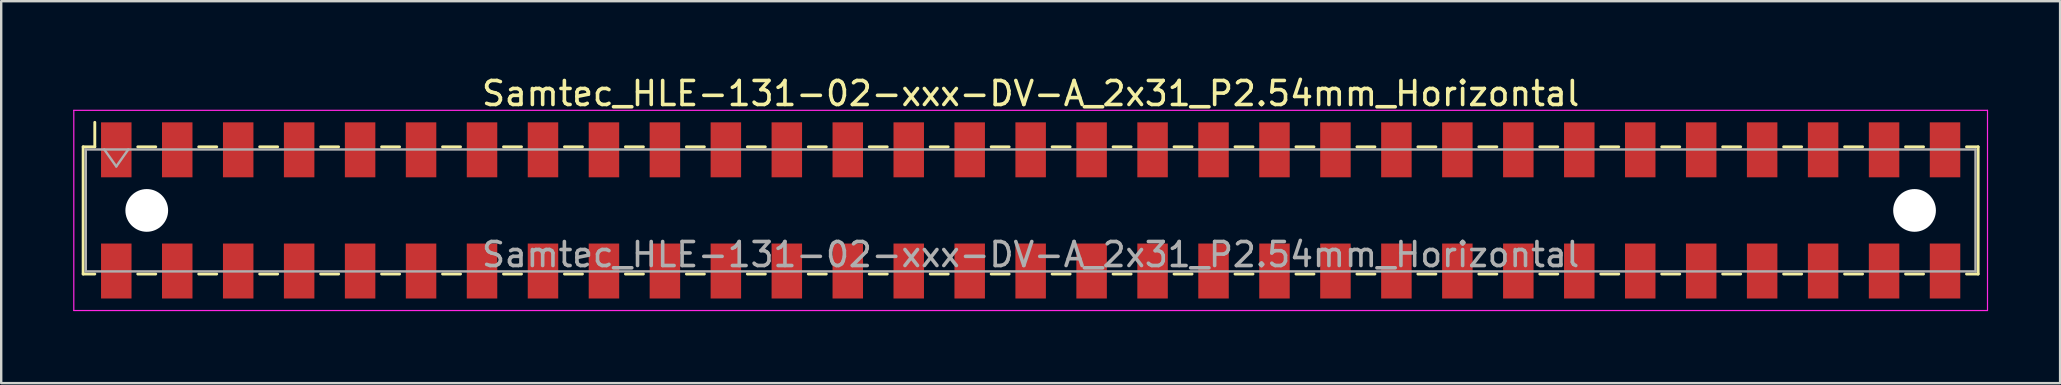
<source format=kicad_pcb>
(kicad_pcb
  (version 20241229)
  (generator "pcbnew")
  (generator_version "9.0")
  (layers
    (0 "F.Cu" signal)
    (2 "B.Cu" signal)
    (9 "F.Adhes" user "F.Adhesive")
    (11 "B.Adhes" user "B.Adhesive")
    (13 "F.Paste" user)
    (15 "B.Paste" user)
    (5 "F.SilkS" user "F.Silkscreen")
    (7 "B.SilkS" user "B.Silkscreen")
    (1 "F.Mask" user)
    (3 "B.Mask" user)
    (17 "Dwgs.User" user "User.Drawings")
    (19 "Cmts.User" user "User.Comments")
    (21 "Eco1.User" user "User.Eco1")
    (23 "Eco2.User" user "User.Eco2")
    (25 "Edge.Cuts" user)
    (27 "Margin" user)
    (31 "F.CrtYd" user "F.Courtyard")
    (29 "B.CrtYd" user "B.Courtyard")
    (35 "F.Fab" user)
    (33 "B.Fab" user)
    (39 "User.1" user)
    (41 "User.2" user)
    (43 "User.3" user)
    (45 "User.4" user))
  (footprint "Samtec_HLE-131-02-xxx-DV-A_2x31_P2.54mm_Horizontal"
    (layer "F.Cu")
    (at 39.895 5.718)
    (property "Reference" "Samtec_HLE-131-02-xxx-DV-A_2x31_P2.54mm_Horizontal" (at 0 -4.87 0) (layer "F.SilkS") (effects (font (size 1 1) (thickness 0.15))))
    (attr smd)
    (fp_line (start -39.48 -2.65) (end -39.48 2.65) (stroke (width 0.12) (type solid)) (layer "F.SilkS"))
    (fp_line (start -39.48 2.65) (end -38.995 2.65) (stroke (width 0.12) (type solid)) (layer "F.SilkS"))
    (fp_line (start -38.995 -3.67) (end -38.995 -2.65) (stroke (width 0.12) (type solid)) (layer "F.SilkS"))
    (fp_line (start -38.995 -2.65) (end -39.48 -2.65) (stroke (width 0.12) (type solid)) (layer "F.SilkS"))
    (fp_line (start -37.205 -2.65) (end -36.455 -2.65) (stroke (width 0.12) (type solid)) (layer "F.SilkS"))
    (fp_line (start -37.205 2.65) (end -36.455 2.65) (stroke (width 0.12) (type solid)) (layer "F.SilkS"))
    (fp_line (start -34.665 -2.65) (end -33.915 -2.65) (stroke (width 0.12) (type solid)) (layer "F.SilkS"))
    (fp_line (start -34.665 2.65) (end -33.915 2.65) (stroke (width 0.12) (type solid)) (layer "F.SilkS"))
    (fp_line (start -32.125 -2.65) (end -31.375 -2.65) (stroke (width 0.12) (type solid)) (layer "F.SilkS"))
    (fp_line (start -32.125 2.65) (end -31.375 2.65) (stroke (width 0.12) (type solid)) (layer "F.SilkS"))
    (fp_line (start -29.585 -2.65) (end -28.835 -2.65) (stroke (width 0.12) (type solid)) (layer "F.SilkS"))
    (fp_line (start -29.585 2.65) (end -28.835 2.65) (stroke (width 0.12) (type solid)) (layer "F.SilkS"))
    (fp_line (start -27.045 -2.65) (end -26.295 -2.65) (stroke (width 0.12) (type solid)) (layer "F.SilkS"))
    (fp_line (start -27.045 2.65) (end -26.295 2.65) (stroke (width 0.12) (type solid)) (layer "F.SilkS"))
    (fp_line (start -24.505 -2.65) (end -23.755 -2.65) (stroke (width 0.12) (type solid)) (layer "F.SilkS"))
    (fp_line (start -24.505 2.65) (end -23.755 2.65) (stroke (width 0.12) (type solid)) (layer "F.SilkS"))
    (fp_line (start -21.965 -2.65) (end -21.215 -2.65) (stroke (width 0.12) (type solid)) (layer "F.SilkS"))
    (fp_line (start -21.965 2.65) (end -21.215 2.65) (stroke (width 0.12) (type solid)) (layer "F.SilkS"))
    (fp_line (start -19.425 -2.65) (end -18.675 -2.65) (stroke (width 0.12) (type solid)) (layer "F.SilkS"))
    (fp_line (start -19.425 2.65) (end -18.675 2.65) (stroke (width 0.12) (type solid)) (layer "F.SilkS"))
    (fp_line (start -16.885 -2.65) (end -16.135 -2.65) (stroke (width 0.12) (type solid)) (layer "F.SilkS"))
    (fp_line (start -16.885 2.65) (end -16.135 2.65) (stroke (width 0.12) (type solid)) (layer "F.SilkS"))
    (fp_line (start -14.345 -2.65) (end -13.595 -2.65) (stroke (width 0.12) (type solid)) (layer "F.SilkS"))
    (fp_line (start -14.345 2.65) (end -13.595 2.65) (stroke (width 0.12) (type solid)) (layer "F.SilkS"))
    (fp_line (start -11.805 -2.65) (end -11.055 -2.65) (stroke (width 0.12) (type solid)) (layer "F.SilkS"))
    (fp_line (start -11.805 2.65) (end -11.055 2.65) (stroke (width 0.12) (type solid)) (layer "F.SilkS"))
    (fp_line (start -9.265 -2.65) (end -8.515 -2.65) (stroke (width 0.12) (type solid)) (layer "F.SilkS"))
    (fp_line (start -9.265 2.65) (end -8.515 2.65) (stroke (width 0.12) (type solid)) (layer "F.SilkS"))
    (fp_line (start -6.725 -2.65) (end -5.975 -2.65) (stroke (width 0.12) (type solid)) (layer "F.SilkS"))
    (fp_line (start -6.725 2.65) (end -5.975 2.65) (stroke (width 0.12) (type solid)) (layer "F.SilkS"))
    (fp_line (start -4.185 -2.65) (end -3.435 -2.65) (stroke (width 0.12) (type solid)) (layer "F.SilkS"))
    (fp_line (start -4.185 2.65) (end -3.435 2.65) (stroke (width 0.12) (type solid)) (layer "F.SilkS"))
    (fp_line (start -1.645 -2.65) (end -0.895 -2.65) (stroke (width 0.12) (type solid)) (layer "F.SilkS"))
    (fp_line (start -1.645 2.65) (end -0.895 2.65) (stroke (width 0.12) (type solid)) (layer "F.SilkS"))
    (fp_line (start 0.895 -2.65) (end 1.645 -2.65) (stroke (width 0.12) (type solid)) (layer "F.SilkS"))
    (fp_line (start 0.895 2.65) (end 1.645 2.65) (stroke (width 0.12) (type solid)) (layer "F.SilkS"))
    (fp_line (start 3.435 -2.65) (end 4.185 -2.65) (stroke (width 0.12) (type solid)) (layer "F.SilkS"))
    (fp_line (start 3.435 2.65) (end 4.185 2.65) (stroke (width 0.12) (type solid)) (layer "F.SilkS"))
    (fp_line (start 5.975 -2.65) (end 6.725 -2.65) (stroke (width 0.12) (type solid)) (layer "F.SilkS"))
    (fp_line (start 5.975 2.65) (end 6.725 2.65) (stroke (width 0.12) (type solid)) (layer "F.SilkS"))
    (fp_line (start 8.515 -2.65) (end 9.265 -2.65) (stroke (width 0.12) (type solid)) (layer "F.SilkS"))
    (fp_line (start 8.515 2.65) (end 9.265 2.65) (stroke (width 0.12) (type solid)) (layer "F.SilkS"))
    (fp_line (start 11.055 -2.65) (end 11.805 -2.65) (stroke (width 0.12) (type solid)) (layer "F.SilkS"))
    (fp_line (start 11.055 2.65) (end 11.805 2.65) (stroke (width 0.12) (type solid)) (layer "F.SilkS"))
    (fp_line (start 13.595 -2.65) (end 14.345 -2.65) (stroke (width 0.12) (type solid)) (layer "F.SilkS"))
    (fp_line (start 13.595 2.65) (end 14.345 2.65) (stroke (width 0.12) (type solid)) (layer "F.SilkS"))
    (fp_line (start 16.135 -2.65) (end 16.885 -2.65) (stroke (width 0.12) (type solid)) (layer "F.SilkS"))
    (fp_line (start 16.135 2.65) (end 16.885 2.65) (stroke (width 0.12) (type solid)) (layer "F.SilkS"))
    (fp_line (start 18.675 -2.65) (end 19.425 -2.65) (stroke (width 0.12) (type solid)) (layer "F.SilkS"))
    (fp_line (start 18.675 2.65) (end 19.425 2.65) (stroke (width 0.12) (type solid)) (layer "F.SilkS"))
    (fp_line (start 21.215 -2.65) (end 21.965 -2.65) (stroke (width 0.12) (type solid)) (layer "F.SilkS"))
    (fp_line (start 21.215 2.65) (end 21.965 2.65) (stroke (width 0.12) (type solid)) (layer "F.SilkS"))
    (fp_line (start 23.755 -2.65) (end 24.505 -2.65) (stroke (width 0.12) (type solid)) (layer "F.SilkS"))
    (fp_line (start 23.755 2.65) (end 24.505 2.65) (stroke (width 0.12) (type solid)) (layer "F.SilkS"))
    (fp_line (start 26.295 -2.65) (end 27.045 -2.65) (stroke (width 0.12) (type solid)) (layer "F.SilkS"))
    (fp_line (start 26.295 2.65) (end 27.045 2.65) (stroke (width 0.12) (type solid)) (layer "F.SilkS"))
    (fp_line (start 28.835 -2.65) (end 29.585 -2.65) (stroke (width 0.12) (type solid)) (layer "F.SilkS"))
    (fp_line (start 28.835 2.65) (end 29.585 2.65) (stroke (width 0.12) (type solid)) (layer "F.SilkS"))
    (fp_line (start 31.375 -2.65) (end 32.125 -2.65) (stroke (width 0.12) (type solid)) (layer "F.SilkS"))
    (fp_line (start 31.375 2.65) (end 32.125 2.65) (stroke (width 0.12) (type solid)) (layer "F.SilkS"))
    (fp_line (start 33.915 -2.65) (end 34.665 -2.65) (stroke (width 0.12) (type solid)) (layer "F.SilkS"))
    (fp_line (start 33.915 2.65) (end 34.665 2.65) (stroke (width 0.12) (type solid)) (layer "F.SilkS"))
    (fp_line (start 36.455 -2.65) (end 37.205 -2.65) (stroke (width 0.12) (type solid)) (layer "F.SilkS"))
    (fp_line (start 36.455 2.65) (end 37.205 2.65) (stroke (width 0.12) (type solid)) (layer "F.SilkS"))
    (fp_line (start 38.995 -2.65) (end 39.48 -2.65) (stroke (width 0.12) (type solid)) (layer "F.SilkS"))
    (fp_line (start 39.48 -2.65) (end 39.48 2.65) (stroke (width 0.12) (type solid)) (layer "F.SilkS"))
    (fp_line (start 39.48 2.65) (end 38.995 2.65) (stroke (width 0.12) (type solid)) (layer "F.SilkS"))
    (fp_line (start -39.87 -4.17) (end 39.87 -4.17) (stroke (width 0.05) (type solid)) (layer "F.CrtYd"))
    (fp_line (start -39.87 4.17) (end -39.87 -4.17) (stroke (width 0.05) (type solid)) (layer "F.CrtYd"))
    (fp_line (start 39.87 -4.17) (end 39.87 4.17) (stroke (width 0.05) (type solid)) (layer "F.CrtYd"))
    (fp_line (start 39.87 4.17) (end -39.87 4.17) (stroke (width 0.05) (type solid)) (layer "F.CrtYd"))
    (fp_line (start -39.37 -2.54) (end 39.37 -2.54) (stroke (width 0.1) (type solid)) (layer "F.Fab"))
    (fp_line (start -39.37 2.54) (end -39.37 -2.54) (stroke (width 0.1) (type solid)) (layer "F.Fab"))
    (fp_line (start -38.6 -2.54) (end -38.1 -1.833) (stroke (width 0.1) (type solid)) (layer "F.Fab"))
    (fp_line (start -38.1 -1.833) (end -37.6 -2.54) (stroke (width 0.1) (type solid)) (layer "F.Fab"))
    (fp_line (start 39.37 -2.54) (end 39.37 2.54) (stroke (width 0.1) (type solid)) (layer "F.Fab"))
    (fp_line (start 39.37 2.54) (end -39.37 2.54) (stroke (width 0.1) (type solid)) (layer "F.Fab"))
    (fp_text user "${REFERENCE}" (at 0 1.84 0) (layer "F.Fab") (effects (font (size 1 1) (thickness 0.15))))
    (pad "" np_thru_hole circle (at -36.83 0) (size 1.78 1.78) (drill 1.78) (layers "*.Cu" "*.Mask"))
    (pad "" np_thru_hole circle (at 36.83 0) (size 1.78 1.78) (drill 1.78) (layers "*.Cu" "*.Mask"))
    (pad "1" smd rect (at -38.1 -2.525) (size 1.27 2.29) (layers "F.Cu" "F.Mask" "F.Paste"))
    (pad "2" smd rect (at -38.1 2.525) (size 1.27 2.29) (layers "F.Cu" "F.Mask" "F.Paste"))
    (pad "3" smd rect (at -35.56 -2.525) (size 1.27 2.29) (layers "F.Cu" "F.Mask" "F.Paste"))
    (pad "4" smd rect (at -35.56 2.525) (size 1.27 2.29) (layers "F.Cu" "F.Mask" "F.Paste"))
    (pad "5" smd rect (at -33.02 -2.525) (size 1.27 2.29) (layers "F.Cu" "F.Mask" "F.Paste"))
    (pad "6" smd rect (at -33.02 2.525) (size 1.27 2.29) (layers "F.Cu" "F.Mask" "F.Paste"))
    (pad "7" smd rect (at -30.48 -2.525) (size 1.27 2.29) (layers "F.Cu" "F.Mask" "F.Paste"))
    (pad "8" smd rect (at -30.48 2.525) (size 1.27 2.29) (layers "F.Cu" "F.Mask" "F.Paste"))
    (pad "9" smd rect (at -27.94 -2.525) (size 1.27 2.29) (layers "F.Cu" "F.Mask" "F.Paste"))
    (pad "10" smd rect (at -27.94 2.525) (size 1.27 2.29) (layers "F.Cu" "F.Mask" "F.Paste"))
    (pad "11" smd rect (at -25.4 -2.525) (size 1.27 2.29) (layers "F.Cu" "F.Mask" "F.Paste"))
    (pad "12" smd rect (at -25.4 2.525) (size 1.27 2.29) (layers "F.Cu" "F.Mask" "F.Paste"))
    (pad "13" smd rect (at -22.86 -2.525) (size 1.27 2.29) (layers "F.Cu" "F.Mask" "F.Paste"))
    (pad "14" smd rect (at -22.86 2.525) (size 1.27 2.29) (layers "F.Cu" "F.Mask" "F.Paste"))
    (pad "15" smd rect (at -20.32 -2.525) (size 1.27 2.29) (layers "F.Cu" "F.Mask" "F.Paste"))
    (pad "16" smd rect (at -20.32 2.525) (size 1.27 2.29) (layers "F.Cu" "F.Mask" "F.Paste"))
    (pad "17" smd rect (at -17.78 -2.525) (size 1.27 2.29) (layers "F.Cu" "F.Mask" "F.Paste"))
    (pad "18" smd rect (at -17.78 2.525) (size 1.27 2.29) (layers "F.Cu" "F.Mask" "F.Paste"))
    (pad "19" smd rect (at -15.24 -2.525) (size 1.27 2.29) (layers "F.Cu" "F.Mask" "F.Paste"))
    (pad "20" smd rect (at -15.24 2.525) (size 1.27 2.29) (layers "F.Cu" "F.Mask" "F.Paste"))
    (pad "21" smd rect (at -12.7 -2.525) (size 1.27 2.29) (layers "F.Cu" "F.Mask" "F.Paste"))
    (pad "22" smd rect (at -12.7 2.525) (size 1.27 2.29) (layers "F.Cu" "F.Mask" "F.Paste"))
    (pad "23" smd rect (at -10.16 -2.525) (size 1.27 2.29) (layers "F.Cu" "F.Mask" "F.Paste"))
    (pad "24" smd rect (at -10.16 2.525) (size 1.27 2.29) (layers "F.Cu" "F.Mask" "F.Paste"))
    (pad "25" smd rect (at -7.62 -2.525) (size 1.27 2.29) (layers "F.Cu" "F.Mask" "F.Paste"))
    (pad "26" smd rect (at -7.62 2.525) (size 1.27 2.29) (layers "F.Cu" "F.Mask" "F.Paste"))
    (pad "27" smd rect (at -5.08 -2.525) (size 1.27 2.29) (layers "F.Cu" "F.Mask" "F.Paste"))
    (pad "28" smd rect (at -5.08 2.525) (size 1.27 2.29) (layers "F.Cu" "F.Mask" "F.Paste"))
    (pad "29" smd rect (at -2.54 -2.525) (size 1.27 2.29) (layers "F.Cu" "F.Mask" "F.Paste"))
    (pad "30" smd rect (at -2.54 2.525) (size 1.27 2.29) (layers "F.Cu" "F.Mask" "F.Paste"))
    (pad "31" smd rect (at 0 -2.525) (size 1.27 2.29) (layers "F.Cu" "F.Mask" "F.Paste"))
    (pad "32" smd rect (at 0 2.525) (size 1.27 2.29) (layers "F.Cu" "F.Mask" "F.Paste"))
    (pad "33" smd rect (at 2.54 -2.525) (size 1.27 2.29) (layers "F.Cu" "F.Mask" "F.Paste"))
    (pad "34" smd rect (at 2.54 2.525) (size 1.27 2.29) (layers "F.Cu" "F.Mask" "F.Paste"))
    (pad "35" smd rect (at 5.08 -2.525) (size 1.27 2.29) (layers "F.Cu" "F.Mask" "F.Paste"))
    (pad "36" smd rect (at 5.08 2.525) (size 1.27 2.29) (layers "F.Cu" "F.Mask" "F.Paste"))
    (pad "37" smd rect (at 7.62 -2.525) (size 1.27 2.29) (layers "F.Cu" "F.Mask" "F.Paste"))
    (pad "38" smd rect (at 7.62 2.525) (size 1.27 2.29) (layers "F.Cu" "F.Mask" "F.Paste"))
    (pad "39" smd rect (at 10.16 -2.525) (size 1.27 2.29) (layers "F.Cu" "F.Mask" "F.Paste"))
    (pad "40" smd rect (at 10.16 2.525) (size 1.27 2.29) (layers "F.Cu" "F.Mask" "F.Paste"))
    (pad "41" smd rect (at 12.7 -2.525) (size 1.27 2.29) (layers "F.Cu" "F.Mask" "F.Paste"))
    (pad "42" smd rect (at 12.7 2.525) (size 1.27 2.29) (layers "F.Cu" "F.Mask" "F.Paste"))
    (pad "43" smd rect (at 15.24 -2.525) (size 1.27 2.29) (layers "F.Cu" "F.Mask" "F.Paste"))
    (pad "44" smd rect (at 15.24 2.525) (size 1.27 2.29) (layers "F.Cu" "F.Mask" "F.Paste"))
    (pad "45" smd rect (at 17.78 -2.525) (size 1.27 2.29) (layers "F.Cu" "F.Mask" "F.Paste"))
    (pad "46" smd rect (at 17.78 2.525) (size 1.27 2.29) (layers "F.Cu" "F.Mask" "F.Paste"))
    (pad "47" smd rect (at 20.32 -2.525) (size 1.27 2.29) (layers "F.Cu" "F.Mask" "F.Paste"))
    (pad "48" smd rect (at 20.32 2.525) (size 1.27 2.29) (layers "F.Cu" "F.Mask" "F.Paste"))
    (pad "49" smd rect (at 22.86 -2.525) (size 1.27 2.29) (layers "F.Cu" "F.Mask" "F.Paste"))
    (pad "50" smd rect (at 22.86 2.525) (size 1.27 2.29) (layers "F.Cu" "F.Mask" "F.Paste"))
    (pad "51" smd rect (at 25.4 -2.525) (size 1.27 2.29) (layers "F.Cu" "F.Mask" "F.Paste"))
    (pad "52" smd rect (at 25.4 2.525) (size 1.27 2.29) (layers "F.Cu" "F.Mask" "F.Paste"))
    (pad "53" smd rect (at 27.94 -2.525) (size 1.27 2.29) (layers "F.Cu" "F.Mask" "F.Paste"))
    (pad "54" smd rect (at 27.94 2.525) (size 1.27 2.29) (layers "F.Cu" "F.Mask" "F.Paste"))
    (pad "55" smd rect (at 30.48 -2.525) (size 1.27 2.29) (layers "F.Cu" "F.Mask" "F.Paste"))
    (pad "56" smd rect (at 30.48 2.525) (size 1.27 2.29) (layers "F.Cu" "F.Mask" "F.Paste"))
    (pad "57" smd rect (at 33.02 -2.525) (size 1.27 2.29) (layers "F.Cu" "F.Mask" "F.Paste"))
    (pad "58" smd rect (at 33.02 2.525) (size 1.27 2.29) (layers "F.Cu" "F.Mask" "F.Paste"))
    (pad "59" smd rect (at 35.56 -2.525) (size 1.27 2.29) (layers "F.Cu" "F.Mask" "F.Paste"))
    (pad "60" smd rect (at 35.56 2.525) (size 1.27 2.29) (layers "F.Cu" "F.Mask" "F.Paste"))
    (pad "61" smd rect (at 38.1 -2.525) (size 1.27 2.29) (layers "F.Cu" "F.Mask" "F.Paste"))
    (pad "62" smd rect (at 38.1 2.525) (size 1.27 2.29) (layers "F.Cu" "F.Mask" "F.Paste")))
  (gr_rect
    (start -3 -3)
    (end 82.79 12.913)
    (stroke (width 0.1) (type default))
    (fill no)
    (layer "Edge.Cuts")))
</source>
